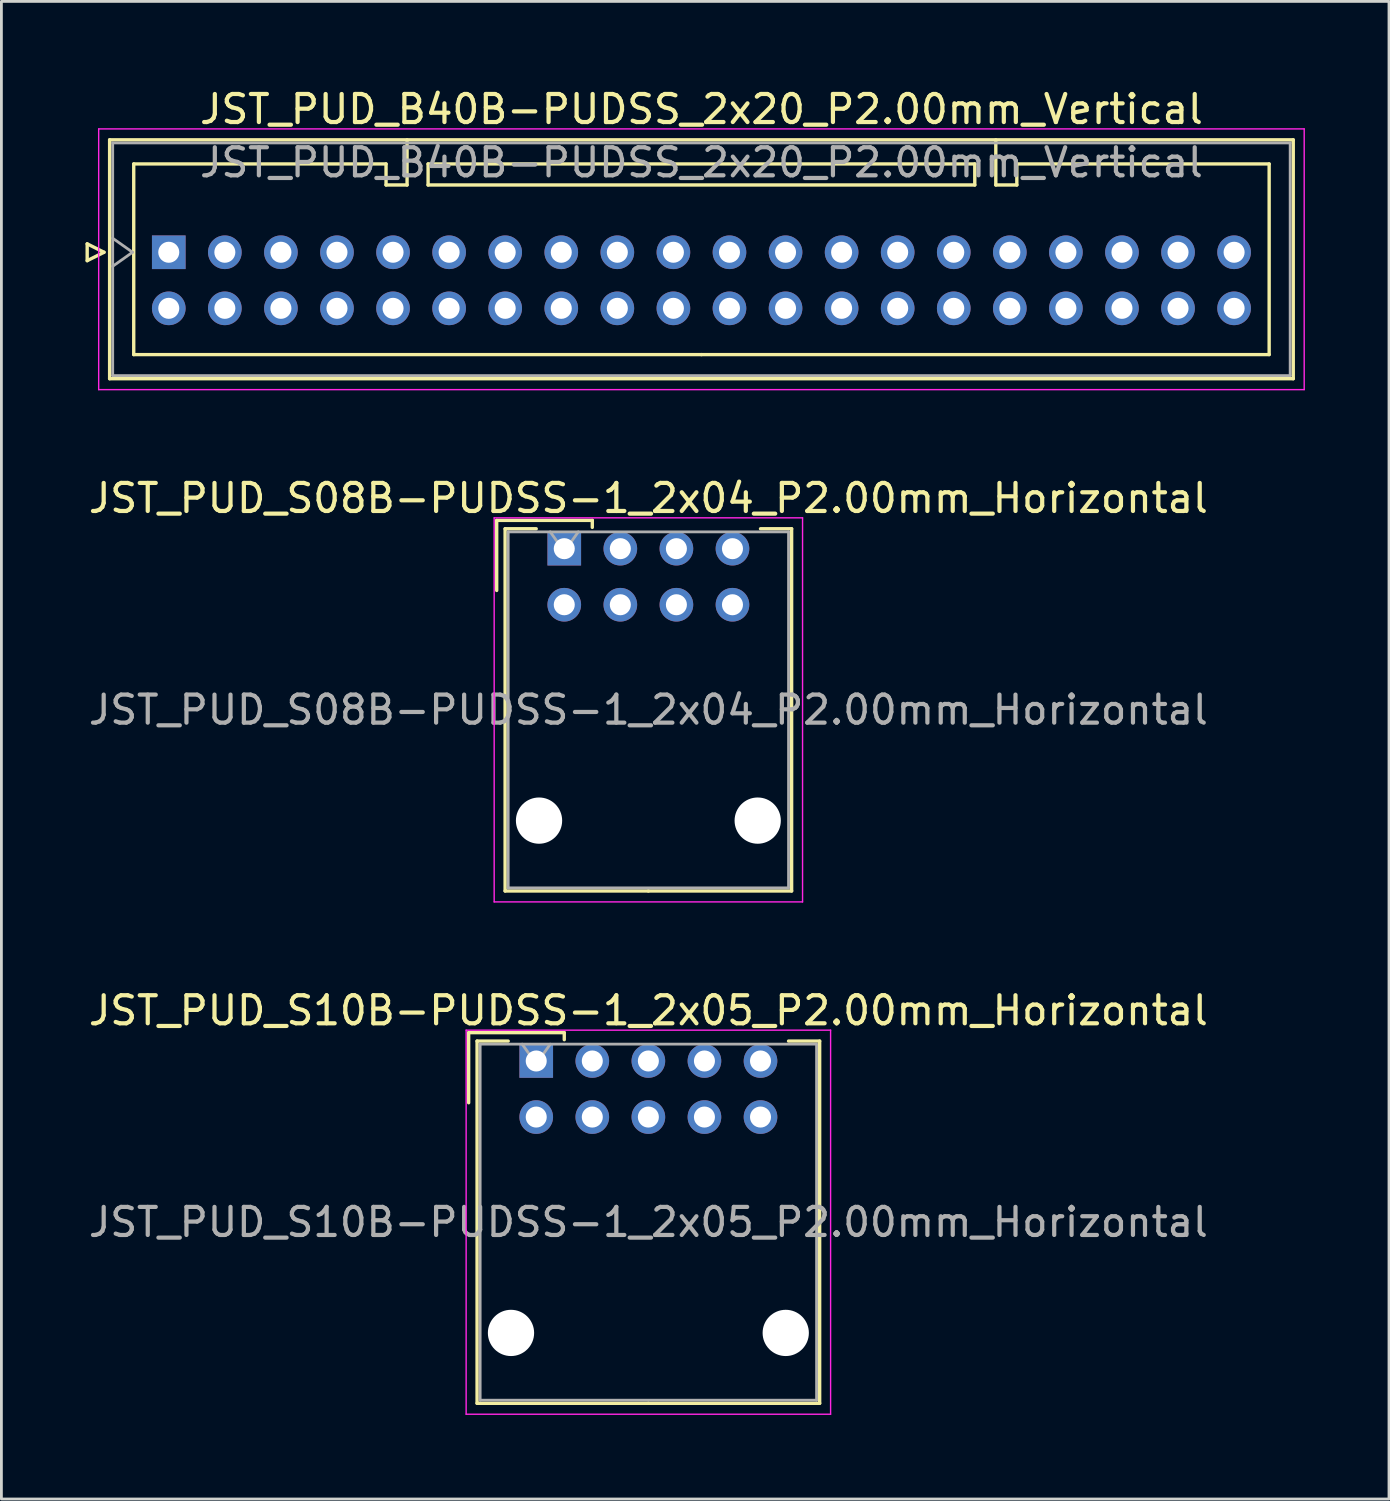
<source format=kicad_pcb>
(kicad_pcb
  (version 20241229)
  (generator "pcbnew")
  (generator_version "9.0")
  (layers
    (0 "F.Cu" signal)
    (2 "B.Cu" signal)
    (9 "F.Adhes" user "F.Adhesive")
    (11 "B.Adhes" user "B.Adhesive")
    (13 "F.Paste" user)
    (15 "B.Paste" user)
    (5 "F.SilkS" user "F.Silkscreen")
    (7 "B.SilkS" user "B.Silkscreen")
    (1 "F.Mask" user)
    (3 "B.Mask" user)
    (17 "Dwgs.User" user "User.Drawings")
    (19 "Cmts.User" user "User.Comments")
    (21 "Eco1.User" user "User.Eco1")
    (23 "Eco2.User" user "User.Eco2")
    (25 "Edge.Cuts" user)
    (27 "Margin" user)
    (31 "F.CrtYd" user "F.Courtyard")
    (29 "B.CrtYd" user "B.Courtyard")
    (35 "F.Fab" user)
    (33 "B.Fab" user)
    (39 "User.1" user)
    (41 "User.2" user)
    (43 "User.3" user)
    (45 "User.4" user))
  (footprint "JST_PUD_S08B-PUDSS-1_2x04_P2.00mm_Horizontal"
    (layer "F.Cu")
    (at 17.077 16.521)
    (property "Reference" "JST_PUD_S08B-PUDSS-1_2x04_P2.00mm_Horizontal" (at 3 -1.8 0) (layer "F.SilkS") (effects (font (size 1 1) (thickness 0.15))))
    (attr through_hole)
    (fp_line (start -2.41 -1.01) (end -2.41 1.49) (stroke (width 0.12) (type solid)) (layer "F.SilkS"))
    (fp_line (start -2.11 -0.71) (end -2.11 12.21) (stroke (width 0.12) (type solid)) (layer "F.SilkS"))
    (fp_line (start -2.11 12.21) (end 3 12.21) (stroke (width 0.12) (type solid)) (layer "F.SilkS"))
    (fp_line (start -1 -0.71) (end -2.11 -0.71) (stroke (width 0.12) (type solid)) (layer "F.SilkS"))
    (fp_line (start 1 -1.01) (end -2.41 -1.01) (stroke (width 0.12) (type solid)) (layer "F.SilkS"))
    (fp_line (start 1 -0.76) (end 1 -1.01) (stroke (width 0.12) (type solid)) (layer "F.SilkS"))
    (fp_line (start 7 -0.71) (end 8.11 -0.71) (stroke (width 0.12) (type solid)) (layer "F.SilkS"))
    (fp_line (start 8.11 -0.71) (end 8.11 12.21) (stroke (width 0.12) (type solid)) (layer "F.SilkS"))
    (fp_line (start 8.11 12.21) (end 3 12.21) (stroke (width 0.12) (type solid)) (layer "F.SilkS"))
    (fp_line (start -2.5 -1.1) (end -2.5 12.6) (stroke (width 0.05) (type solid)) (layer "F.CrtYd"))
    (fp_line (start -2.5 12.6) (end 8.5 12.6) (stroke (width 0.05) (type solid)) (layer "F.CrtYd"))
    (fp_line (start 8.5 -1.1) (end -2.5 -1.1) (stroke (width 0.05) (type solid)) (layer "F.CrtYd"))
    (fp_line (start 8.5 12.6) (end 8.5 -1.1) (stroke (width 0.05) (type solid)) (layer "F.CrtYd"))
    (fp_line (start -2 -0.6) (end -2 12.1) (stroke (width 0.1) (type solid)) (layer "F.Fab"))
    (fp_line (start -2 12.1) (end 8 12.1) (stroke (width 0.1) (type solid)) (layer "F.Fab"))
    (fp_line (start 0 0.107) (end -0.5 -0.6) (stroke (width 0.1) (type solid)) (layer "F.Fab"))
    (fp_line (start 0.5 -0.6) (end 0 0.107) (stroke (width 0.1) (type solid)) (layer "F.Fab"))
    (fp_line (start 8 -0.6) (end -2 -0.6) (stroke (width 0.1) (type solid)) (layer "F.Fab"))
    (fp_line (start 8 12.1) (end 8 -0.6) (stroke (width 0.1) (type solid)) (layer "F.Fab"))
    (fp_text user "${REFERENCE}" (at 3 5.75 0) (layer "F.Fab") (effects (font (size 1 1) (thickness 0.15))))
    (pad "" np_thru_hole circle (at -0.9 9.7) (size 1.65 1.65) (drill 1.65) (layers "*.Cu" "*.Mask"))
    (pad "" np_thru_hole circle (at 6.9 9.7) (size 1.65 1.65) (drill 1.65) (layers "*.Cu" "*.Mask"))
    (pad "1" thru_hole rect (at 0 0) (size 1.2 1.2) (drill 0.75) (layers "*.Cu" "*.Mask"))
    (pad "2" thru_hole oval (at 0 2) (size 1.2 1.2) (drill 0.75) (layers "*.Cu" "*.Mask"))
    (pad "3" thru_hole oval (at 2 0) (size 1.2 1.2) (drill 0.75) (layers "*.Cu" "*.Mask"))
    (pad "4" thru_hole oval (at 2 2) (size 1.2 1.2) (drill 0.75) (layers "*.Cu" "*.Mask"))
    (pad "5" thru_hole oval (at 4 0) (size 1.2 1.2) (drill 0.75) (layers "*.Cu" "*.Mask"))
    (pad "6" thru_hole oval (at 4 2) (size 1.2 1.2) (drill 0.75) (layers "*.Cu" "*.Mask"))
    (pad "7" thru_hole oval (at 6 0) (size 1.2 1.2) (drill 0.75) (layers "*.Cu" "*.Mask"))
    (pad "8" thru_hole oval (at 6 2) (size 1.2 1.2) (drill 0.75) (layers "*.Cu" "*.Mask")))
  (footprint "JST_PUD_B40B-PUDSS_2x20_P2.00mm_Vertical"
    (layer "F.Cu")
    (at 2.97 5.948)
    (property "Reference" "JST_PUD_B40B-PUDSS_2x20_P2.00mm_Vertical" (at 19 -5.1 0) (layer "F.SilkS") (effects (font (size 1 1) (thickness 0.15))))
    (attr through_hole)
    (fp_line (start -2.91 -0.3) (end -2.31 0) (stroke (width 0.12) (type solid)) (layer "F.SilkS"))
    (fp_line (start -2.91 0.3) (end -2.91 -0.3) (stroke (width 0.12) (type solid)) (layer "F.SilkS"))
    (fp_line (start -2.31 0) (end -2.91 0.3) (stroke (width 0.12) (type solid)) (layer "F.SilkS"))
    (fp_line (start -2.11 -4.01) (end -2.11 4.51) (stroke (width 0.12) (type solid)) (layer "F.SilkS"))
    (fp_line (start -2.11 4.51) (end 40.11 4.51) (stroke (width 0.12) (type solid)) (layer "F.SilkS"))
    (fp_line (start -1.25 -3.15) (end -1.25 3.65) (stroke (width 0.12) (type solid)) (layer "F.SilkS"))
    (fp_line (start -1.25 3.65) (end 19 3.65) (stroke (width 0.12) (type solid)) (layer "F.SilkS"))
    (fp_line (start 7.75 -3.15) (end -1.25 -3.15) (stroke (width 0.12) (type solid)) (layer "F.SilkS"))
    (fp_line (start 7.75 -2.4) (end 7.75 -3.15) (stroke (width 0.12) (type solid)) (layer "F.SilkS"))
    (fp_line (start 8.5 -4.01) (end 8.5 -2.4) (stroke (width 0.12) (type solid)) (layer "F.SilkS"))
    (fp_line (start 8.5 -2.4) (end 7.75 -2.4) (stroke (width 0.12) (type solid)) (layer "F.SilkS"))
    (fp_line (start 9.25 -3.15) (end 9.25 -2.4) (stroke (width 0.12) (type solid)) (layer "F.SilkS"))
    (fp_line (start 9.25 -2.4) (end 28.75 -2.4) (stroke (width 0.12) (type solid)) (layer "F.SilkS"))
    (fp_line (start 28.75 -3.15) (end 9.25 -3.15) (stroke (width 0.12) (type solid)) (layer "F.SilkS"))
    (fp_line (start 28.75 -2.4) (end 28.75 -3.15) (stroke (width 0.12) (type solid)) (layer "F.SilkS"))
    (fp_line (start 29.5 -4.01) (end 29.5 -2.4) (stroke (width 0.12) (type solid)) (layer "F.SilkS"))
    (fp_line (start 29.5 -2.4) (end 30.25 -2.4) (stroke (width 0.12) (type solid)) (layer "F.SilkS"))
    (fp_line (start 30.25 -3.15) (end 39.25 -3.15) (stroke (width 0.12) (type solid)) (layer "F.SilkS"))
    (fp_line (start 30.25 -2.4) (end 30.25 -3.15) (stroke (width 0.12) (type solid)) (layer "F.SilkS"))
    (fp_line (start 39.25 -3.15) (end 39.25 3.65) (stroke (width 0.12) (type solid)) (layer "F.SilkS"))
    (fp_line (start 39.25 3.65) (end 19 3.65) (stroke (width 0.12) (type solid)) (layer "F.SilkS"))
    (fp_line (start 40.11 -4.01) (end -2.11 -4.01) (stroke (width 0.12) (type solid)) (layer "F.SilkS"))
    (fp_line (start 40.11 4.51) (end 40.11 -4.01) (stroke (width 0.12) (type solid)) (layer "F.SilkS"))
    (fp_line (start -2.5 -4.4) (end -2.5 4.9) (stroke (width 0.05) (type solid)) (layer "F.CrtYd"))
    (fp_line (start -2.5 4.9) (end 40.5 4.9) (stroke (width 0.05) (type solid)) (layer "F.CrtYd"))
    (fp_line (start 40.5 -4.4) (end -2.5 -4.4) (stroke (width 0.05) (type solid)) (layer "F.CrtYd"))
    (fp_line (start 40.5 4.9) (end 40.5 -4.4) (stroke (width 0.05) (type solid)) (layer "F.CrtYd"))
    (fp_line (start -2 -3.9) (end -2 4.4) (stroke (width 0.1) (type solid)) (layer "F.Fab"))
    (fp_line (start -2 0.5) (end -1.293 0) (stroke (width 0.1) (type solid)) (layer "F.Fab"))
    (fp_line (start -2 4.4) (end 40 4.4) (stroke (width 0.1) (type solid)) (layer "F.Fab"))
    (fp_line (start -1.293 0) (end -2 -0.5) (stroke (width 0.1) (type solid)) (layer "F.Fab"))
    (fp_line (start 40 -3.9) (end -2 -3.9) (stroke (width 0.1) (type solid)) (layer "F.Fab"))
    (fp_line (start 40 4.4) (end 40 -3.9) (stroke (width 0.1) (type solid)) (layer "F.Fab"))
    (fp_text user "${REFERENCE}" (at 19 -3.2 0) (layer "F.Fab") (effects (font (size 1 1) (thickness 0.15))))
    (pad "1" thru_hole rect (at 0 0) (size 1.2 1.2) (drill 0.75) (layers "*.Cu" "*.Mask"))
    (pad "2" thru_hole circle (at 0 2) (size 1.2 1.2) (drill 0.75) (layers "*.Cu" "*.Mask"))
    (pad "3" thru_hole circle (at 2 0) (size 1.2 1.2) (drill 0.75) (layers "*.Cu" "*.Mask"))
    (pad "4" thru_hole circle (at 2 2) (size 1.2 1.2) (drill 0.75) (layers "*.Cu" "*.Mask"))
    (pad "5" thru_hole circle (at 4 0) (size 1.2 1.2) (drill 0.75) (layers "*.Cu" "*.Mask"))
    (pad "6" thru_hole circle (at 4 2) (size 1.2 1.2) (drill 0.75) (layers "*.Cu" "*.Mask"))
    (pad "7" thru_hole circle (at 6 0) (size 1.2 1.2) (drill 0.75) (layers "*.Cu" "*.Mask"))
    (pad "8" thru_hole circle (at 6 2) (size 1.2 1.2) (drill 0.75) (layers "*.Cu" "*.Mask"))
    (pad "9" thru_hole circle (at 8 0) (size 1.2 1.2) (drill 0.75) (layers "*.Cu" "*.Mask"))
    (pad "10" thru_hole circle (at 8 2) (size 1.2 1.2) (drill 0.75) (layers "*.Cu" "*.Mask"))
    (pad "11" thru_hole circle (at 10 0) (size 1.2 1.2) (drill 0.75) (layers "*.Cu" "*.Mask"))
    (pad "12" thru_hole circle (at 10 2) (size 1.2 1.2) (drill 0.75) (layers "*.Cu" "*.Mask"))
    (pad "13" thru_hole circle (at 12 0) (size 1.2 1.2) (drill 0.75) (layers "*.Cu" "*.Mask"))
    (pad "14" thru_hole circle (at 12 2) (size 1.2 1.2) (drill 0.75) (layers "*.Cu" "*.Mask"))
    (pad "15" thru_hole circle (at 14 0) (size 1.2 1.2) (drill 0.75) (layers "*.Cu" "*.Mask"))
    (pad "16" thru_hole circle (at 14 2) (size 1.2 1.2) (drill 0.75) (layers "*.Cu" "*.Mask"))
    (pad "17" thru_hole circle (at 16 0) (size 1.2 1.2) (drill 0.75) (layers "*.Cu" "*.Mask"))
    (pad "18" thru_hole circle (at 16 2) (size 1.2 1.2) (drill 0.75) (layers "*.Cu" "*.Mask"))
    (pad "19" thru_hole circle (at 18 0) (size 1.2 1.2) (drill 0.75) (layers "*.Cu" "*.Mask"))
    (pad "20" thru_hole circle (at 18 2) (size 1.2 1.2) (drill 0.75) (layers "*.Cu" "*.Mask"))
    (pad "21" thru_hole circle (at 20 0) (size 1.2 1.2) (drill 0.75) (layers "*.Cu" "*.Mask"))
    (pad "22" thru_hole circle (at 20 2) (size 1.2 1.2) (drill 0.75) (layers "*.Cu" "*.Mask"))
    (pad "23" thru_hole circle (at 22 0) (size 1.2 1.2) (drill 0.75) (layers "*.Cu" "*.Mask"))
    (pad "24" thru_hole circle (at 22 2) (size 1.2 1.2) (drill 0.75) (layers "*.Cu" "*.Mask"))
    (pad "25" thru_hole circle (at 24 0) (size 1.2 1.2) (drill 0.75) (layers "*.Cu" "*.Mask"))
    (pad "26" thru_hole circle (at 24 2) (size 1.2 1.2) (drill 0.75) (layers "*.Cu" "*.Mask"))
    (pad "27" thru_hole circle (at 26 0) (size 1.2 1.2) (drill 0.75) (layers "*.Cu" "*.Mask"))
    (pad "28" thru_hole circle (at 26 2) (size 1.2 1.2) (drill 0.75) (layers "*.Cu" "*.Mask"))
    (pad "29" thru_hole circle (at 28 0) (size 1.2 1.2) (drill 0.75) (layers "*.Cu" "*.Mask"))
    (pad "30" thru_hole circle (at 28 2) (size 1.2 1.2) (drill 0.75) (layers "*.Cu" "*.Mask"))
    (pad "31" thru_hole circle (at 30 0) (size 1.2 1.2) (drill 0.75) (layers "*.Cu" "*.Mask"))
    (pad "32" thru_hole circle (at 30 2) (size 1.2 1.2) (drill 0.75) (layers "*.Cu" "*.Mask"))
    (pad "33" thru_hole circle (at 32 0) (size 1.2 1.2) (drill 0.75) (layers "*.Cu" "*.Mask"))
    (pad "34" thru_hole circle (at 32 2) (size 1.2 1.2) (drill 0.75) (layers "*.Cu" "*.Mask"))
    (pad "35" thru_hole circle (at 34 0) (size 1.2 1.2) (drill 0.75) (layers "*.Cu" "*.Mask"))
    (pad "36" thru_hole circle (at 34 2) (size 1.2 1.2) (drill 0.75) (layers "*.Cu" "*.Mask"))
    (pad "37" thru_hole circle (at 36 0) (size 1.2 1.2) (drill 0.75) (layers "*.Cu" "*.Mask"))
    (pad "38" thru_hole circle (at 36 2) (size 1.2 1.2) (drill 0.75) (layers "*.Cu" "*.Mask"))
    (pad "39" thru_hole circle (at 38 0) (size 1.2 1.2) (drill 0.75) (layers "*.Cu" "*.Mask"))
    (pad "40" thru_hole circle (at 38 2) (size 1.2 1.2) (drill 0.75) (layers "*.Cu" "*.Mask")))
  (footprint "JST_PUD_S10B-PUDSS-1_2x05_P2.00mm_Horizontal"
    (layer "F.Cu")
    (at 16.077 34.795)
    (property "Reference" "JST_PUD_S10B-PUDSS-1_2x05_P2.00mm_Horizontal" (at 4 -1.8 0) (layer "F.SilkS") (effects (font (size 1 1) (thickness 0.15))))
    (attr through_hole)
    (fp_line (start -2.41 -1.01) (end -2.41 1.49) (stroke (width 0.12) (type solid)) (layer "F.SilkS"))
    (fp_line (start -2.11 -0.71) (end -2.11 12.21) (stroke (width 0.12) (type solid)) (layer "F.SilkS"))
    (fp_line (start -2.11 12.21) (end 4 12.21) (stroke (width 0.12) (type solid)) (layer "F.SilkS"))
    (fp_line (start -1 -0.71) (end -2.11 -0.71) (stroke (width 0.12) (type solid)) (layer "F.SilkS"))
    (fp_line (start 1 -1.01) (end -2.41 -1.01) (stroke (width 0.12) (type solid)) (layer "F.SilkS"))
    (fp_line (start 1 -0.76) (end 1 -1.01) (stroke (width 0.12) (type solid)) (layer "F.SilkS"))
    (fp_line (start 9 -0.71) (end 10.11 -0.71) (stroke (width 0.12) (type solid)) (layer "F.SilkS"))
    (fp_line (start 10.11 -0.71) (end 10.11 12.21) (stroke (width 0.12) (type solid)) (layer "F.SilkS"))
    (fp_line (start 10.11 12.21) (end 4 12.21) (stroke (width 0.12) (type solid)) (layer "F.SilkS"))
    (fp_line (start -2.5 -1.1) (end -2.5 12.6) (stroke (width 0.05) (type solid)) (layer "F.CrtYd"))
    (fp_line (start -2.5 12.6) (end 10.5 12.6) (stroke (width 0.05) (type solid)) (layer "F.CrtYd"))
    (fp_line (start 10.5 -1.1) (end -2.5 -1.1) (stroke (width 0.05) (type solid)) (layer "F.CrtYd"))
    (fp_line (start 10.5 12.6) (end 10.5 -1.1) (stroke (width 0.05) (type solid)) (layer "F.CrtYd"))
    (fp_line (start -2 -0.6) (end -2 12.1) (stroke (width 0.1) (type solid)) (layer "F.Fab"))
    (fp_line (start -2 12.1) (end 10 12.1) (stroke (width 0.1) (type solid)) (layer "F.Fab"))
    (fp_line (start 0 0.107) (end -0.5 -0.6) (stroke (width 0.1) (type solid)) (layer "F.Fab"))
    (fp_line (start 0.5 -0.6) (end 0 0.107) (stroke (width 0.1) (type solid)) (layer "F.Fab"))
    (fp_line (start 10 -0.6) (end -2 -0.6) (stroke (width 0.1) (type solid)) (layer "F.Fab"))
    (fp_line (start 10 12.1) (end 10 -0.6) (stroke (width 0.1) (type solid)) (layer "F.Fab"))
    (fp_text user "${REFERENCE}" (at 4 5.75 0) (layer "F.Fab") (effects (font (size 1 1) (thickness 0.15))))
    (pad "" np_thru_hole circle (at -0.9 9.7) (size 1.65 1.65) (drill 1.65) (layers "*.Cu" "*.Mask"))
    (pad "" np_thru_hole circle (at 8.9 9.7) (size 1.65 1.65) (drill 1.65) (layers "*.Cu" "*.Mask"))
    (pad "1" thru_hole rect (at 0 0) (size 1.2 1.2) (drill 0.75) (layers "*.Cu" "*.Mask"))
    (pad "2" thru_hole oval (at 0 2) (size 1.2 1.2) (drill 0.75) (layers "*.Cu" "*.Mask"))
    (pad "3" thru_hole oval (at 2 0) (size 1.2 1.2) (drill 0.75) (layers "*.Cu" "*.Mask"))
    (pad "4" thru_hole oval (at 2 2) (size 1.2 1.2) (drill 0.75) (layers "*.Cu" "*.Mask"))
    (pad "5" thru_hole oval (at 4 0) (size 1.2 1.2) (drill 0.75) (layers "*.Cu" "*.Mask"))
    (pad "6" thru_hole oval (at 4 2) (size 1.2 1.2) (drill 0.75) (layers "*.Cu" "*.Mask"))
    (pad "7" thru_hole oval (at 6 0) (size 1.2 1.2) (drill 0.75) (layers "*.Cu" "*.Mask"))
    (pad "8" thru_hole oval (at 6 2) (size 1.2 1.2) (drill 0.75) (layers "*.Cu" "*.Mask"))
    (pad "9" thru_hole oval (at 8 0) (size 1.2 1.2) (drill 0.75) (layers "*.Cu" "*.Mask"))
    (pad "10" thru_hole oval (at 8 2) (size 1.2 1.2) (drill 0.75) (layers "*.Cu" "*.Mask")))
  (gr_rect
    (start -3 -3)
    (end 46.495 50.42)
    (stroke (width 0.1) (type default))
    (fill no)
    (layer "Edge.Cuts")))
</source>
